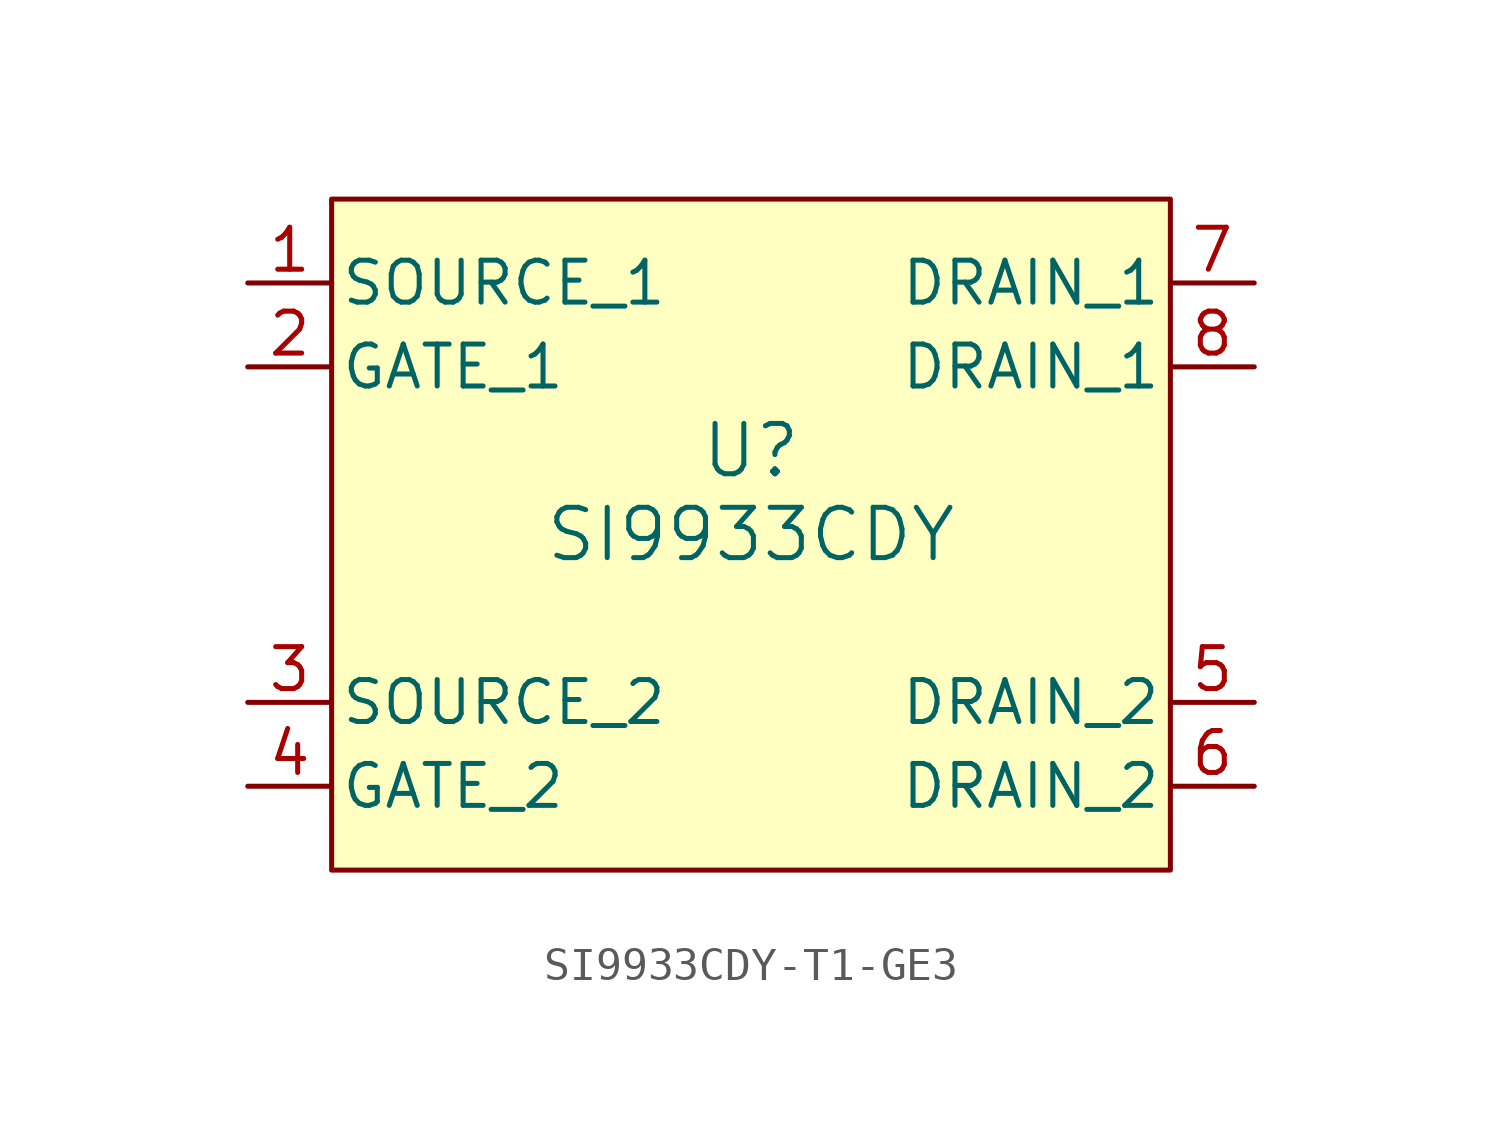
<source format=kicad_sym>
(kicad_symbol_lib
  (version 20220914)
  (generator kicad_symbol_editor)
  (symbol "SI9933CDY-T1-GE3"
    (pin_names
      (offset 0.254))
    (property "Reference" "U"
      (at 0 2.54 0)
      (effects (font (size 1.524 1.524))))
    (property "Value" "SI9933CDY"
      (at 0 0 0)
      (effects (font (size 1.524 1.524))))
    (symbol "SI9933CDY-T1-GE3_1_1"
      (rectangle (start -12.7 10.16) (end 12.7 -10.16) (stroke (width 0) (type solid)) (fill (type background)))
      (pin input line (at -15.24 7.62 0) (length 2.54) (name "SOURCE_1" (effects (font (size 1.27 1.27)))) (number "1" (effects (font (size 1.27 1.27)))))
      (pin input line (at -15.24 5.08 0) (length 2.54) (name "GATE_1" (effects (font (size 1.27 1.27)))) (number "2" (effects (font (size 1.27 1.27)))))
      (pin input line (at -15.24 -5.08 0) (length 2.54) (name "SOURCE_2" (effects (font (size 1.27 1.27)))) (number "3" (effects (font (size 1.27 1.27)))))
      (pin input line (at -15.24 -7.62 0) (length 2.54) (name "GATE_2" (effects (font (size 1.27 1.27)))) (number "4" (effects (font (size 1.27 1.27)))))
      (pin output line (at 15.24 -5.08 180) (length 2.54) (name "DRAIN_2" (effects (font (size 1.27 1.27)))) (number "5" (effects (font (size 1.27 1.27)))))
      (pin output line (at 15.24 -7.62 180) (length 2.54) (name "DRAIN_2" (effects (font (size 1.27 1.27)))) (number "6" (effects (font (size 1.27 1.27)))))
      (pin output line (at 15.24 7.62 180) (length 2.54) (name "DRAIN_1" (effects (font (size 1.27 1.27)))) (number "7" (effects (font (size 1.27 1.27)))))
      (pin output line (at 15.24 5.08 180) (length 2.54) (name "DRAIN_1" (effects (font (size 1.27 1.27)))) (number "8" (effects (font (size 1.27 1.27))))))))
</source>
